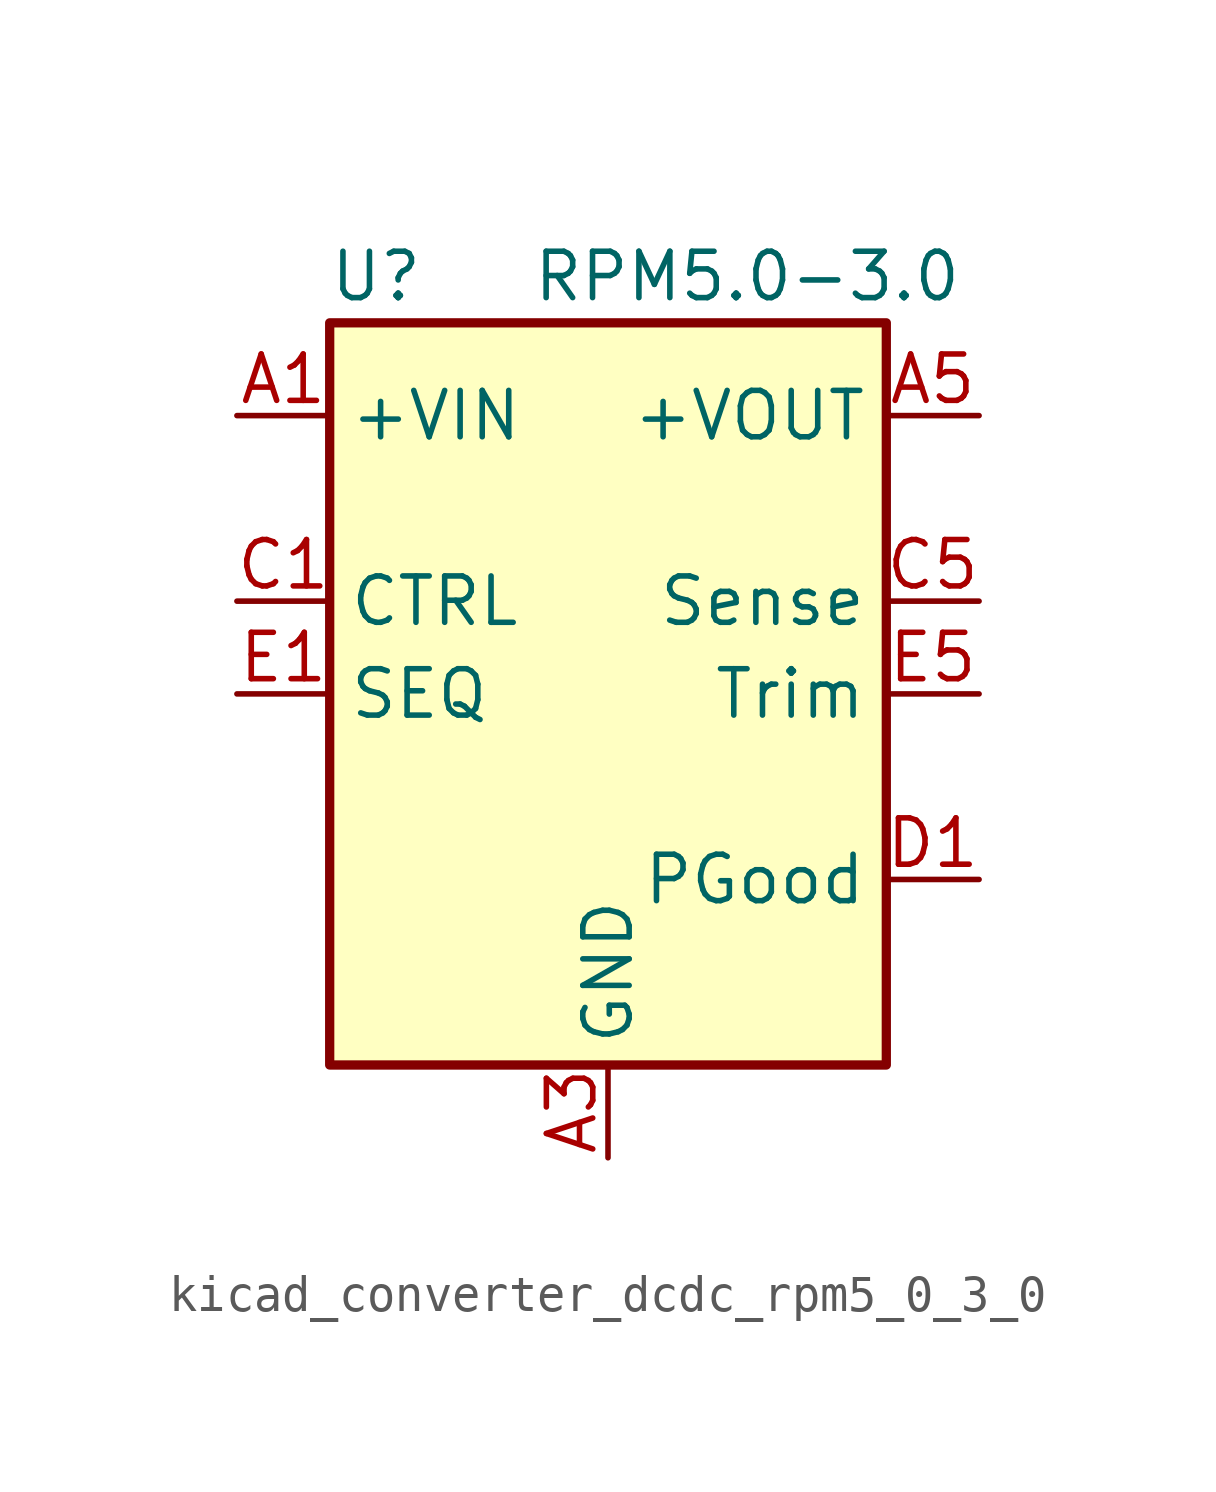
<source format=kicad_sym>
(kicad_symbol_lib
  (version 20220914)
  (generator kicad_symbol_editor)
  (symbol "kicad_converter_dcdc_rpm5_0_3_0"
    (property "Reference" "U"
      (at -6.35 11.43 0)
      (effects (font (size 1.27 1.27))))
    (property "Value" "RPM5.0-3.0"
      (at 3.81 11.43 0)
      (effects (font (size 1.27 1.27))))
    (symbol "kicad_converter_dcdc_rpm5_0_3_0_0_1"
      (rectangle (start -7.62 10.16) (end 7.62 -10.16) (stroke (width 0.254) (type default)) (fill (type background))))
    (symbol "kicad_converter_dcdc_rpm5_0_3_0_1_1"
      (pin power_in line (at -10.16 7.62 0) (length 2.54) (name "+VIN" (effects (font (size 1.27 1.27)))) (number "A1" (effects (font (size 1.27 1.27)))))
      (pin passive line (at -10.16 7.62 0) (length 2.54) hide (name "+VIN" (effects (font (size 1.27 1.27)))) (number "A2" (effects (font (size 1.27 1.27)))))
      (pin power_in line (at 0 -12.7 90) (length 2.54) (name "GND" (effects (font (size 1.27 1.27)))) (number "A3" (effects (font (size 1.27 1.27)))))
      (pin passive line (at 0 -12.7 90) (length 2.54) hide (name "GND" (effects (font (size 1.27 1.27)))) (number "A4" (effects (font (size 1.27 1.27)))))
      (pin power_out line (at 10.16 7.62 180) (length 2.54) (name "+VOUT" (effects (font (size 1.27 1.27)))) (number "A5" (effects (font (size 1.27 1.27)))))
      (pin passive line (at 0 -12.7 90) (length 2.54) hide (name "GND" (effects (font (size 1.27 1.27)))) (number "B1" (effects (font (size 1.27 1.27)))))
      (pin passive line (at 0 -12.7 90) (length 2.54) hide (name "GND" (effects (font (size 1.27 1.27)))) (number "B2" (effects (font (size 1.27 1.27)))))
      (pin passive line (at 0 -12.7 90) (length 2.54) hide (name "GND" (effects (font (size 1.27 1.27)))) (number "B3" (effects (font (size 1.27 1.27)))))
      (pin passive line (at 0 -12.7 90) (length 2.54) hide (name "GND" (effects (font (size 1.27 1.27)))) (number "B4" (effects (font (size 1.27 1.27)))))
      (pin passive line (at 10.16 7.62 180) (length 2.54) hide (name "+VOUT" (effects (font (size 1.27 1.27)))) (number "B5" (effects (font (size 1.27 1.27)))))
      (pin input line (at -10.16 2.54 0) (length 2.54) (name "CTRL" (effects (font (size 1.27 1.27)))) (number "C1" (effects (font (size 1.27 1.27)))))
      (pin passive line (at 0 -12.7 90) (length 2.54) hide (name "GND" (effects (font (size 1.27 1.27)))) (number "C2" (effects (font (size 1.27 1.27)))))
      (pin passive line (at 0 -12.7 90) (length 2.54) hide (name "GND" (effects (font (size 1.27 1.27)))) (number "C3" (effects (font (size 1.27 1.27)))))
      (pin passive line (at 0 -12.7 90) (length 2.54) hide (name "GND" (effects (font (size 1.27 1.27)))) (number "C4" (effects (font (size 1.27 1.27)))))
      (pin input line (at 10.16 2.54 180) (length 2.54) (name "Sense" (effects (font (size 1.27 1.27)))) (number "C5" (effects (font (size 1.27 1.27)))))
      (pin output line (at 10.16 -5.08 180) (length 2.54) (name "PGood" (effects (font (size 1.27 1.27)))) (number "D1" (effects (font (size 1.27 1.27)))))
      (pin passive line (at 0 -12.7 90) (length 2.54) hide (name "GND" (effects (font (size 1.27 1.27)))) (number "D2" (effects (font (size 1.27 1.27)))))
      (pin passive line (at 0 -12.7 90) (length 2.54) hide (name "GND" (effects (font (size 1.27 1.27)))) (number "D3" (effects (font (size 1.27 1.27)))))
      (pin passive line (at 0 -12.7 90) (length 2.54) hide (name "GND" (effects (font (size 1.27 1.27)))) (number "D4" (effects (font (size 1.27 1.27)))))
      (pin passive line (at 0 -12.7 90) (length 2.54) hide (name "GND" (effects (font (size 1.27 1.27)))) (number "D5" (effects (font (size 1.27 1.27)))))
      (pin passive line (at -10.16 0 0) (length 2.54) (name "SEQ" (effects (font (size 1.27 1.27)))) (number "E1" (effects (font (size 1.27 1.27)))))
      (pin no_connect line (at -7.62 -5.08 0) (length 2.54) hide (name "NC" (effects (font (size 1.27 1.27)))) (number "E2" (effects (font (size 1.27 1.27)))))
      (pin passive line (at 0 -12.7 90) (length 2.54) hide (name "GND" (effects (font (size 1.27 1.27)))) (number "E3" (effects (font (size 1.27 1.27)))))
      (pin passive line (at 0 -12.7 90) (length 2.54) hide (name "GND" (effects (font (size 1.27 1.27)))) (number "E4" (effects (font (size 1.27 1.27)))))
      (pin input line (at 10.16 0 180) (length 2.54) (name "Trim" (effects (font (size 1.27 1.27)))) (number "E5" (effects (font (size 1.27 1.27))))))))
</source>
